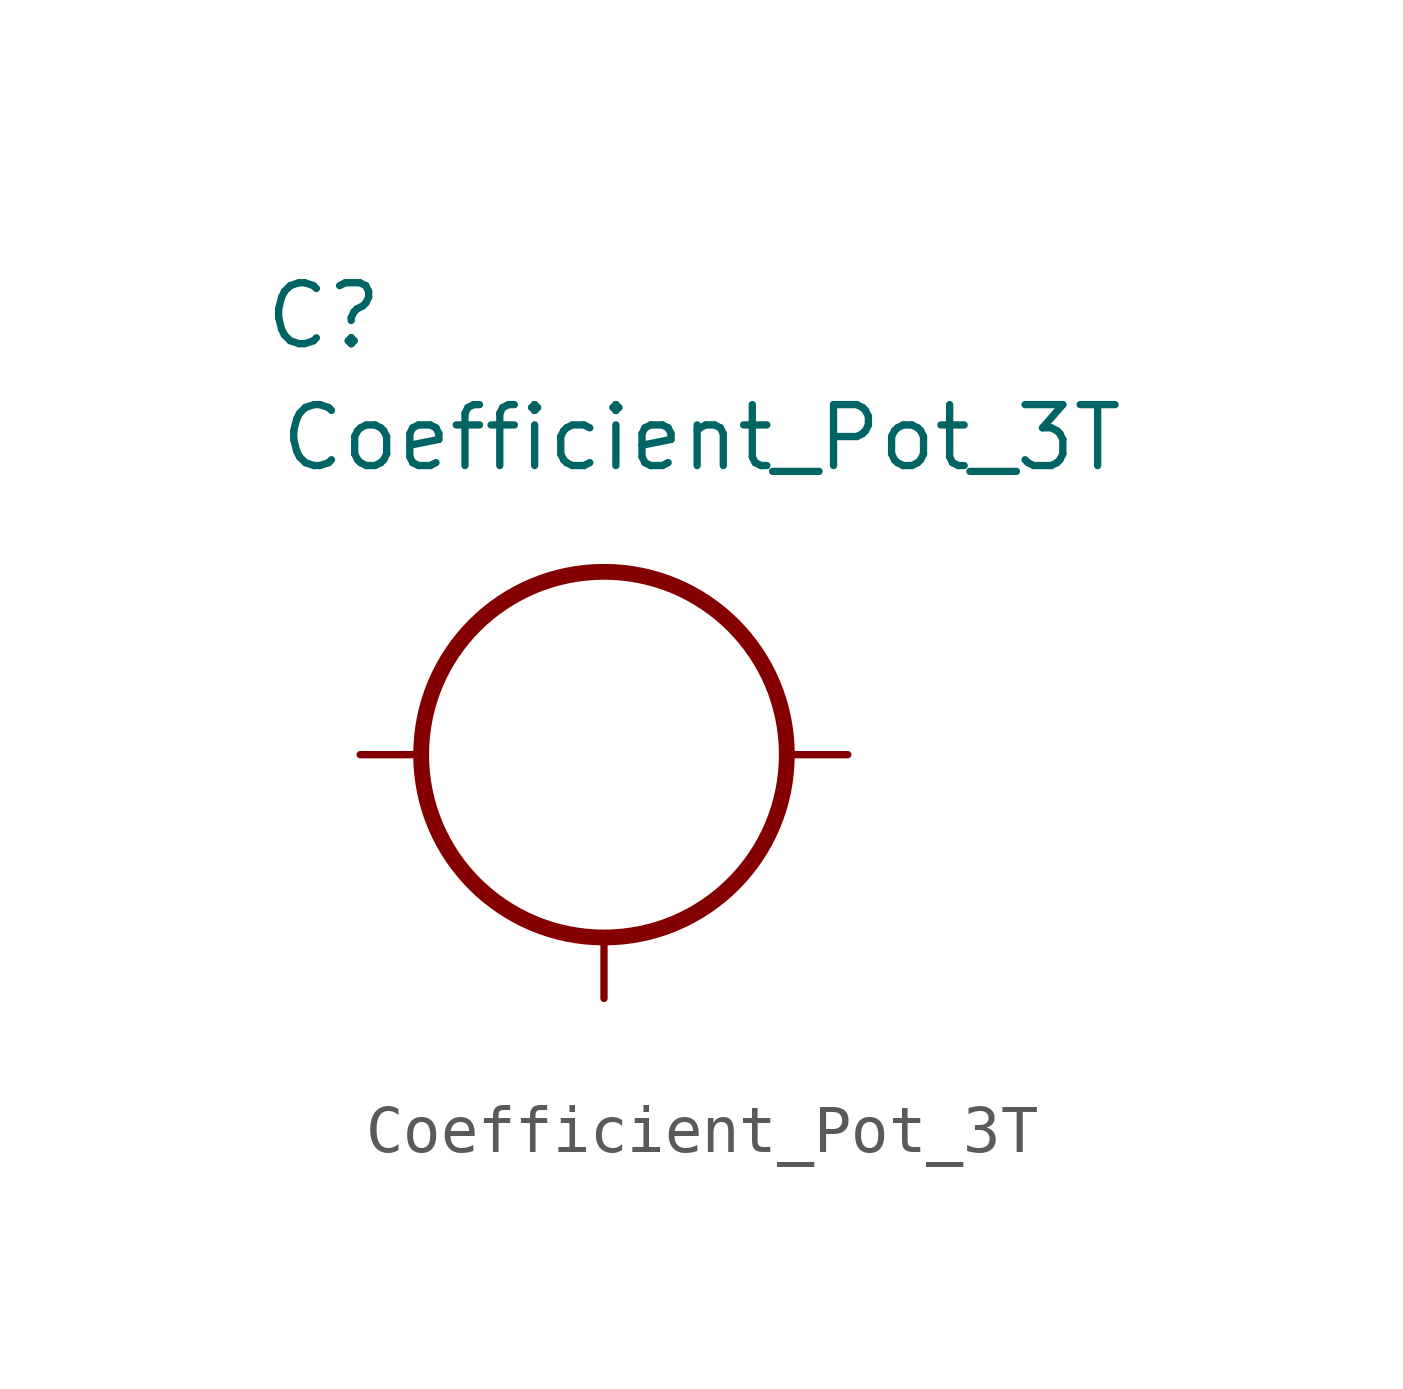
<source format=kicad_sym>
(kicad_symbol_lib
  (version 20211014)
  (generator kicad_symbol_editor)
  (symbol "Coefficient_Pot_3T"
    (property "Reference" "C"
      (at -5.842 9.144 0)
      (effects (font (size 1.27 1.27))))
    (property "Value" "Coefficient_Pot_3T"
      (at 2.032 6.604 0)
      (effects (font (size 1.27 1.27))))
    (symbol "Coefficient_Pot_3T_0_1"
      (circle (center 0 0) (radius 3.81) (stroke (width 0.33) (type default) (color 0 0 0 0)) (fill (type none))))
    (symbol "Coefficient_Pot_3T_1_1"
      (pin bidirectional line (at -5.08 0 0) (length 1.27) (name "" (effects (font (size 1.27 1.27)))) (number "" (effects (font (size 1.27 1.27)))))
      (pin bidirectional line (at 0 -5.08 90) (length 1.27) (name "" (effects (font (size 1.27 1.27)))) (number "" (effects (font (size 1.27 1.27)))))
      (pin bidirectional line (at 5.08 0 180) (length 1.27) (name "" (effects (font (size 1.27 1.27)))) (number "" (effects (font (size 1.27 1.27))))))))
</source>
